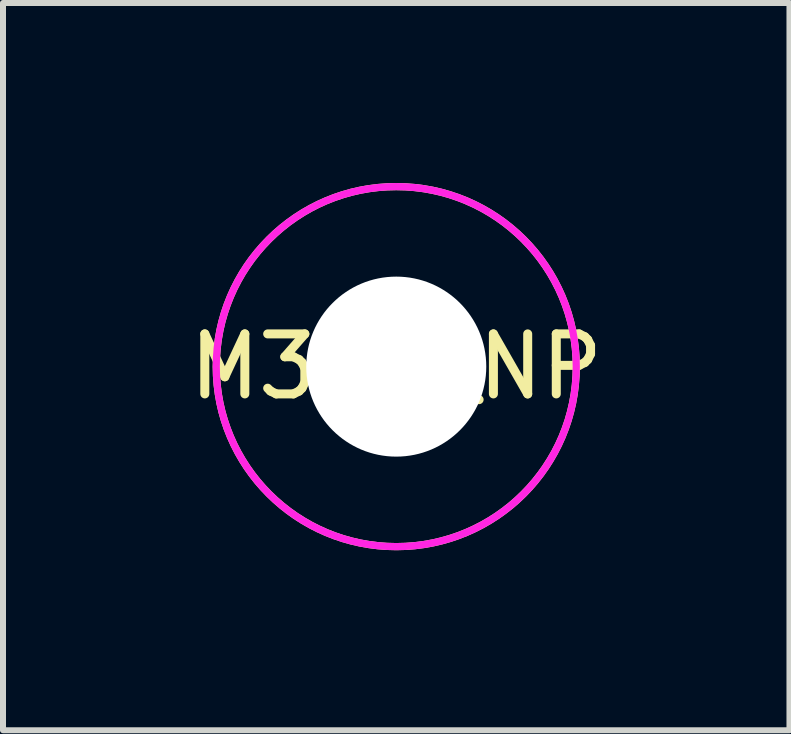
<source format=kicad_pcb>
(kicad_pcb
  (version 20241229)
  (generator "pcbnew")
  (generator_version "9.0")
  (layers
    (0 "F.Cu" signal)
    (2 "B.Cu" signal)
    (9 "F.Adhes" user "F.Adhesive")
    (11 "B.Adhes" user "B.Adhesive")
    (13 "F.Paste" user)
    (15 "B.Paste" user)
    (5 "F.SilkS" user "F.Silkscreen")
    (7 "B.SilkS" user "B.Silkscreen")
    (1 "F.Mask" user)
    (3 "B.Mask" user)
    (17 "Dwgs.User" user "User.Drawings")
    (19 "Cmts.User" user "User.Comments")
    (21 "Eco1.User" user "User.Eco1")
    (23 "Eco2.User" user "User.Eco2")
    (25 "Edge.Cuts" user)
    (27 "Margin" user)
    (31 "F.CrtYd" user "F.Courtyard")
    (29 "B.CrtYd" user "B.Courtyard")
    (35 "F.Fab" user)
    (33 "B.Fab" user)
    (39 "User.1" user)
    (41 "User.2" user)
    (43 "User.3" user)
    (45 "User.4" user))
  (footprint "M3C6_NP"
    (layer "F.Cu")
    (at 3.554 3.06)
    (property "Reference" "M3C6_NP" (at 0 0 0) (layer "F.SilkS") (effects (font (size 1 1) (thickness 0.15))))
    (attr through_hole)
    (fp_circle (center 0 0) (end 3 0) (stroke (width 0.12) (type solid)) (fill no) (layer "F.SilkS"))
    (fp_circle (center 0 0) (end 3 0) (stroke (width 0.12) (type solid)) (fill no) (layer "F.CrtYd"))
    (pad "" np_thru_hole circle (at 0 0) (size 3 3) (drill 3) (layers "*.Cu" "*.Mask")))
  (gr_rect
    (start -3 -3)
    (end 10.107 9.12)
    (stroke (width 0.1) (type default))
    (fill no)
    (layer "Edge.Cuts")))
</source>
